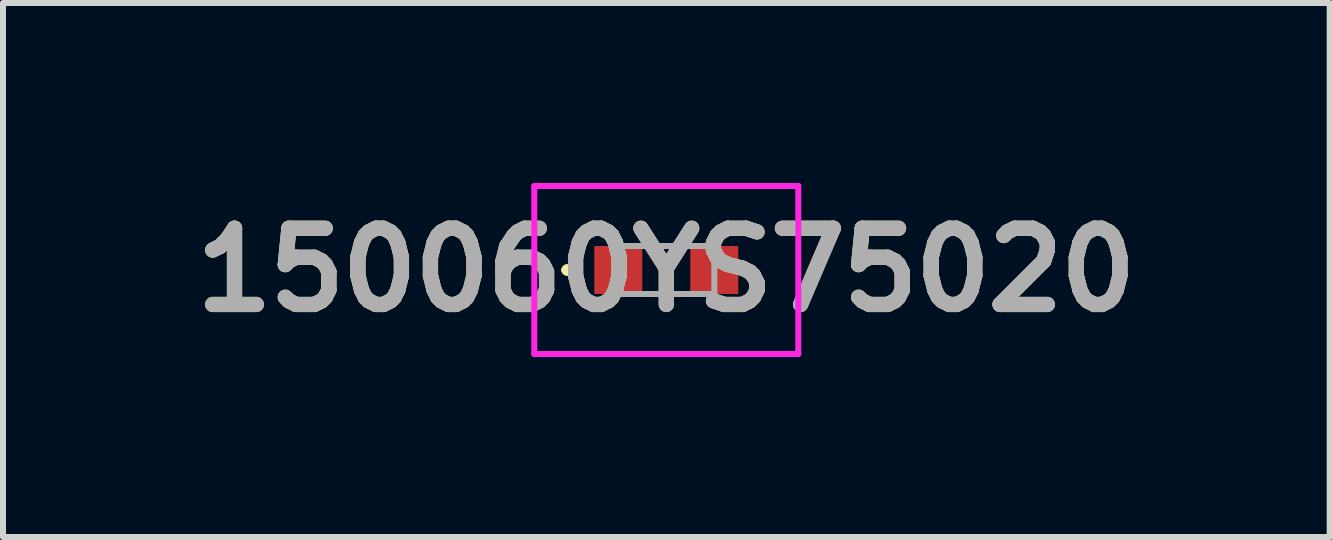
<source format=kicad_pcb>
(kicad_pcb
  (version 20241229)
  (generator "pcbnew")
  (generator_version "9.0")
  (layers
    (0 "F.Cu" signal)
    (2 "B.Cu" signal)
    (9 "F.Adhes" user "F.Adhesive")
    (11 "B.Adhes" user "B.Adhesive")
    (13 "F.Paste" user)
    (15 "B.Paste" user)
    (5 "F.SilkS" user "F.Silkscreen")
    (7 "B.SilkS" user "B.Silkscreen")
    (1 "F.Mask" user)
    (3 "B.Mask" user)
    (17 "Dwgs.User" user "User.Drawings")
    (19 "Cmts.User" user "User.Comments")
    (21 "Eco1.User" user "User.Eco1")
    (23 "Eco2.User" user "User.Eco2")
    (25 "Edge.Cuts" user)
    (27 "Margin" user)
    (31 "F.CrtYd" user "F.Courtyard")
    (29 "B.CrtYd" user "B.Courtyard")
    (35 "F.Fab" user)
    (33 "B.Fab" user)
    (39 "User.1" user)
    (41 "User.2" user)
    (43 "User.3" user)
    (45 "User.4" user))
  (footprint "150060YS75020"
    (layer "F.Cu")
    (at 8.055 1.45)
    (property "Reference" "150060YS75020" (at 0 0 0) (layer "F.SilkS") (effects (font (size 1.27 1.27) (thickness 0.254))))
    (attr smd)
    (fp_line (start -1.7 0) (end -1.7 0) (stroke (width 0.1) (type solid)) (layer "F.SilkS"))
    (fp_line (start -1.6 0) (end -1.6 0) (stroke (width 0.1) (type solid)) (layer "F.SilkS"))
    (fp_arc (start -1.7 0) (mid -1.65 -0.05) (end -1.6 0) (stroke (width 0.1) (type solid)) (layer "F.SilkS"))
    (fp_arc (start -1.6 0) (mid -1.65 0.05) (end -1.7 0) (stroke (width 0.1) (type solid)) (layer "F.SilkS"))
    (fp_line (start -2.2 -1.4) (end 2.2 -1.4) (stroke (width 0.1) (type solid)) (layer "F.CrtYd"))
    (fp_line (start -2.2 1.4) (end -2.2 -1.4) (stroke (width 0.1) (type solid)) (layer "F.CrtYd"))
    (fp_line (start 2.2 -1.4) (end 2.2 1.4) (stroke (width 0.1) (type solid)) (layer "F.CrtYd"))
    (fp_line (start 2.2 1.4) (end -2.2 1.4) (stroke (width 0.1) (type solid)) (layer "F.CrtYd"))
    (fp_line (start -0.8 -0.4) (end -0.8 0.4) (stroke (width 0.1) (type solid)) (layer "F.Fab"))
    (fp_line (start -0.8 0.4) (end 0.8 0.4) (stroke (width 0.1) (type solid)) (layer "F.Fab"))
    (fp_line (start 0.8 -0.4) (end -0.8 -0.4) (stroke (width 0.1) (type solid)) (layer "F.Fab"))
    (fp_line (start 0.8 0.4) (end 0.8 -0.4) (stroke (width 0.1) (type solid)) (layer "F.Fab"))
    (fp_text user "${REFERENCE}" (at 0 0 0) (layer "F.Fab") (effects (font (size 1.27 1.27) (thickness 0.254))))
    (pad "1" smd rect (at -0.8 0 90) (size 0.8 0.8) (layers "F.Cu" "F.Mask" "F.Paste"))
    (pad "2" smd rect (at 0.8 0 90) (size 0.8 0.8) (layers "F.Cu" "F.Mask" "F.Paste")))
  (gr_rect
    (start -3 -3)
    (end 19.111 5.9)
    (stroke (width 0.1) (type default))
    (fill no)
    (layer "Edge.Cuts")))
</source>
